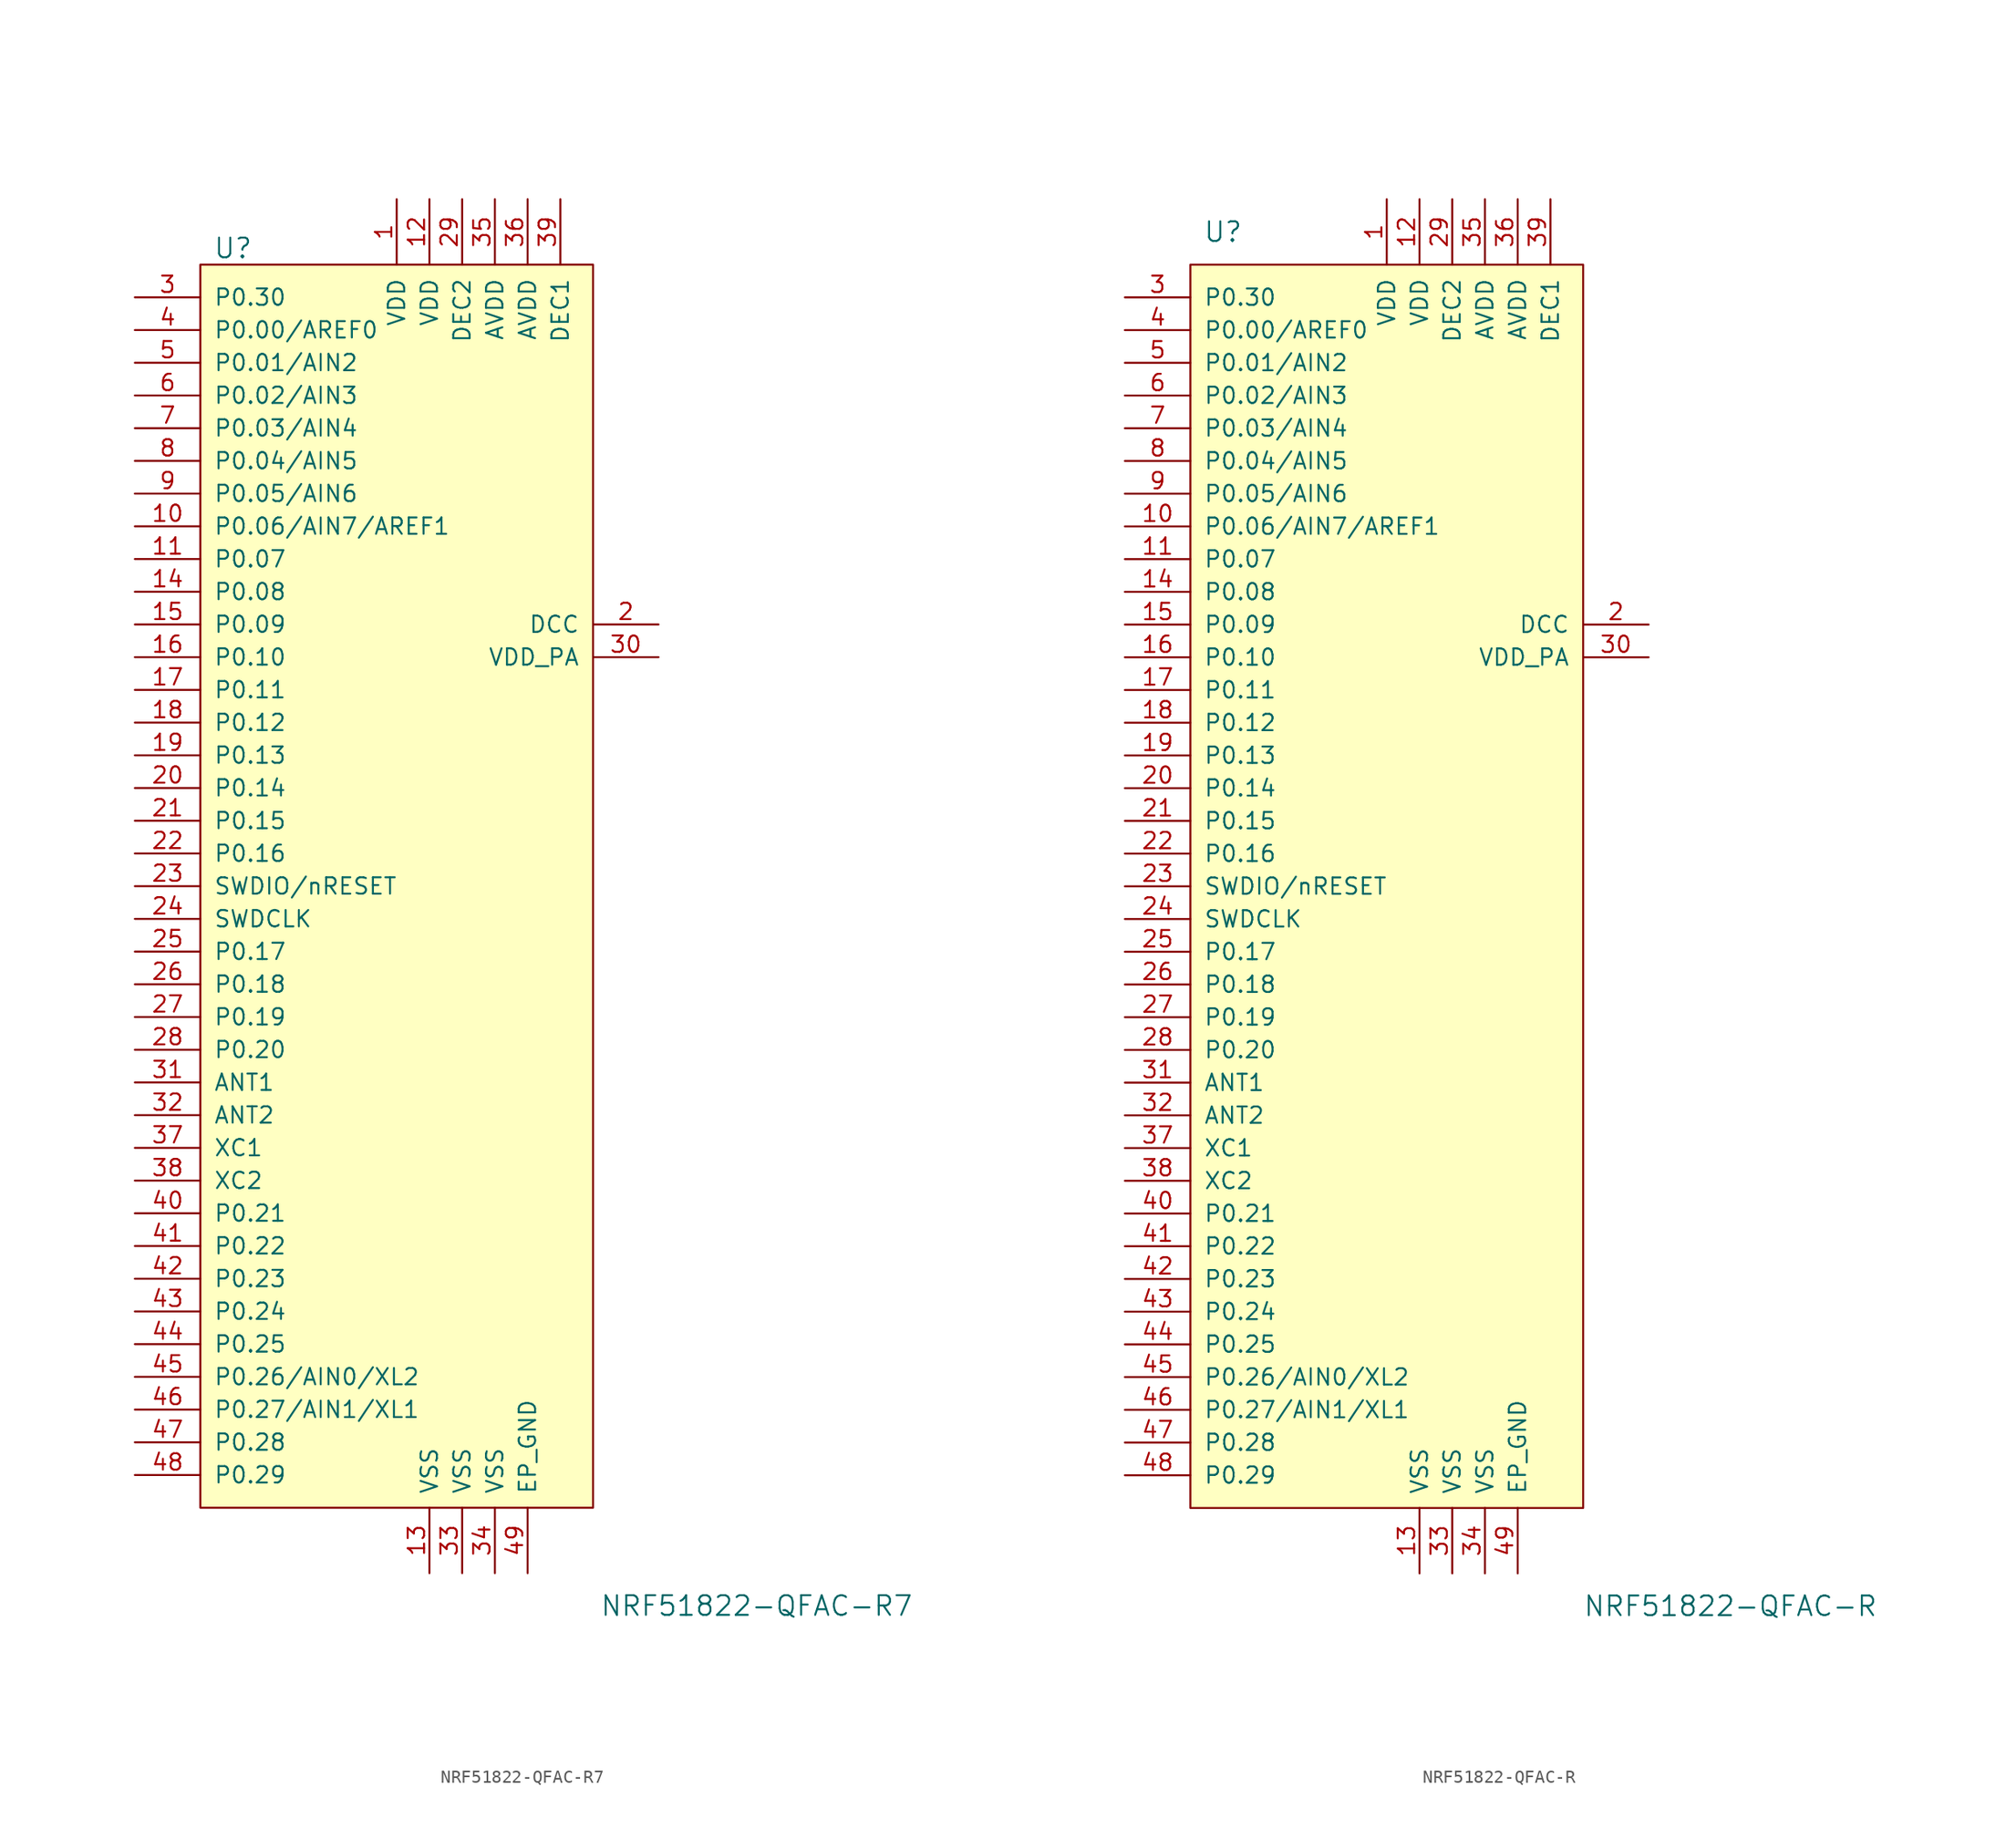
<source format=kicad_sym>
(kicad_symbol_lib
  (version 20211014)
  (generator kicad_symbol_editor)
  (symbol "NRF51822-QFAC-R7"
    (pin_names
      (offset 1.016))
    (property "Reference" "U"
      (at -17.78 44.45 0)
      (effects (font (size 1.524 1.524))))
    (property "Value" "NRF51822-QFAC-R7"
      (at 22.86 -60.96 0)
      (effects (font (size 1.524 1.524))))
    (symbol "NRF51822-QFAC-R7_0_1"
      (rectangle (start -20.32 43.18) (end 10.16 -53.34) (stroke (width 0) (type default) (color 0 0 0 0)) (fill (type background))))
    (symbol "NRF51822-QFAC-R7_1_1"
      (pin power_in line (at -5.08 48.26 270) (length 5.08) (name "VDD" (effects (font (size 1.27 1.27)))) (number "1" (effects (font (size 1.27 1.27)))))
      (pin bidirectional line (at -25.4 22.86 0) (length 5.08) (name "P0.06/AIN7/AREF1" (effects (font (size 1.27 1.27)))) (number "10" (effects (font (size 1.27 1.27)))))
      (pin bidirectional line (at -25.4 20.32 0) (length 5.08) (name "P0.07" (effects (font (size 1.27 1.27)))) (number "11" (effects (font (size 1.27 1.27)))))
      (pin power_in line (at -2.54 48.26 270) (length 5.08) (name "VDD" (effects (font (size 1.27 1.27)))) (number "12" (effects (font (size 1.27 1.27)))))
      (pin power_in line (at -2.54 -58.42 90) (length 5.08) (name "VSS" (effects (font (size 1.27 1.27)))) (number "13" (effects (font (size 1.27 1.27)))))
      (pin bidirectional line (at -25.4 17.78 0) (length 5.08) (name "P0.08" (effects (font (size 1.27 1.27)))) (number "14" (effects (font (size 1.27 1.27)))))
      (pin bidirectional line (at -25.4 15.24 0) (length 5.08) (name "P0.09" (effects (font (size 1.27 1.27)))) (number "15" (effects (font (size 1.27 1.27)))))
      (pin bidirectional line (at -25.4 12.7 0) (length 5.08) (name "P0.10" (effects (font (size 1.27 1.27)))) (number "16" (effects (font (size 1.27 1.27)))))
      (pin bidirectional line (at -25.4 10.16 0) (length 5.08) (name "P0.11" (effects (font (size 1.27 1.27)))) (number "17" (effects (font (size 1.27 1.27)))))
      (pin bidirectional line (at -25.4 7.62 0) (length 5.08) (name "P0.12" (effects (font (size 1.27 1.27)))) (number "18" (effects (font (size 1.27 1.27)))))
      (pin bidirectional line (at -25.4 5.08 0) (length 5.08) (name "P0.13" (effects (font (size 1.27 1.27)))) (number "19" (effects (font (size 1.27 1.27)))))
      (pin power_out line (at 15.24 15.24 180) (length 5.08) (name "DCC" (effects (font (size 1.27 1.27)))) (number "2" (effects (font (size 1.27 1.27)))))
      (pin bidirectional line (at -25.4 2.54 0) (length 5.08) (name "P0.14" (effects (font (size 1.27 1.27)))) (number "20" (effects (font (size 1.27 1.27)))))
      (pin bidirectional line (at -25.4 0 0) (length 5.08) (name "P0.15" (effects (font (size 1.27 1.27)))) (number "21" (effects (font (size 1.27 1.27)))))
      (pin bidirectional line (at -25.4 -2.54 0) (length 5.08) (name "P0.16" (effects (font (size 1.27 1.27)))) (number "22" (effects (font (size 1.27 1.27)))))
      (pin bidirectional line (at -25.4 -5.08 0) (length 5.08) (name "SWDIO/nRESET" (effects (font (size 1.27 1.27)))) (number "23" (effects (font (size 1.27 1.27)))))
      (pin input line (at -25.4 -7.62 0) (length 5.08) (name "SWDCLK" (effects (font (size 1.27 1.27)))) (number "24" (effects (font (size 1.27 1.27)))))
      (pin bidirectional line (at -25.4 -10.16 0) (length 5.08) (name "P0.17" (effects (font (size 1.27 1.27)))) (number "25" (effects (font (size 1.27 1.27)))))
      (pin bidirectional line (at -25.4 -12.7 0) (length 5.08) (name "P0.18" (effects (font (size 1.27 1.27)))) (number "26" (effects (font (size 1.27 1.27)))))
      (pin bidirectional line (at -25.4 -15.24 0) (length 5.08) (name "P0.19" (effects (font (size 1.27 1.27)))) (number "27" (effects (font (size 1.27 1.27)))))
      (pin bidirectional line (at -25.4 -17.78 0) (length 5.08) (name "P0.20" (effects (font (size 1.27 1.27)))) (number "28" (effects (font (size 1.27 1.27)))))
      (pin power_in line (at 0 48.26 270) (length 5.08) (name "DEC2" (effects (font (size 1.27 1.27)))) (number "29" (effects (font (size 1.27 1.27)))))
      (pin bidirectional line (at -25.4 40.64 0) (length 5.08) (name "P0.30" (effects (font (size 1.27 1.27)))) (number "3" (effects (font (size 1.27 1.27)))))
      (pin power_out line (at 15.24 12.7 180) (length 5.08) (name "VDD_PA" (effects (font (size 1.27 1.27)))) (number "30" (effects (font (size 1.27 1.27)))))
      (pin input line (at -25.4 -20.32 0) (length 5.08) (name "ANT1" (effects (font (size 1.27 1.27)))) (number "31" (effects (font (size 1.27 1.27)))))
      (pin input line (at -25.4 -22.86 0) (length 5.08) (name "ANT2" (effects (font (size 1.27 1.27)))) (number "32" (effects (font (size 1.27 1.27)))))
      (pin power_in line (at 0 -58.42 90) (length 5.08) (name "VSS" (effects (font (size 1.27 1.27)))) (number "33" (effects (font (size 1.27 1.27)))))
      (pin power_in line (at 2.54 -58.42 90) (length 5.08) (name "VSS" (effects (font (size 1.27 1.27)))) (number "34" (effects (font (size 1.27 1.27)))))
      (pin power_in line (at 2.54 48.26 270) (length 5.08) (name "AVDD" (effects (font (size 1.27 1.27)))) (number "35" (effects (font (size 1.27 1.27)))))
      (pin power_in line (at 5.08 48.26 270) (length 5.08) (name "AVDD" (effects (font (size 1.27 1.27)))) (number "36" (effects (font (size 1.27 1.27)))))
      (pin input line (at -25.4 -25.4 0) (length 5.08) (name "XC1" (effects (font (size 1.27 1.27)))) (number "37" (effects (font (size 1.27 1.27)))))
      (pin input line (at -25.4 -27.94 0) (length 5.08) (name "XC2" (effects (font (size 1.27 1.27)))) (number "38" (effects (font (size 1.27 1.27)))))
      (pin power_in line (at 7.62 48.26 270) (length 5.08) (name "DEC1" (effects (font (size 1.27 1.27)))) (number "39" (effects (font (size 1.27 1.27)))))
      (pin bidirectional line (at -25.4 38.1 0) (length 5.08) (name "P0.00/AREF0" (effects (font (size 1.27 1.27)))) (number "4" (effects (font (size 1.27 1.27)))))
      (pin bidirectional line (at -25.4 -30.48 0) (length 5.08) (name "P0.21" (effects (font (size 1.27 1.27)))) (number "40" (effects (font (size 1.27 1.27)))))
      (pin bidirectional line (at -25.4 -33.02 0) (length 5.08) (name "P0.22" (effects (font (size 1.27 1.27)))) (number "41" (effects (font (size 1.27 1.27)))))
      (pin bidirectional line (at -25.4 -35.56 0) (length 5.08) (name "P0.23" (effects (font (size 1.27 1.27)))) (number "42" (effects (font (size 1.27 1.27)))))
      (pin bidirectional line (at -25.4 -38.1 0) (length 5.08) (name "P0.24" (effects (font (size 1.27 1.27)))) (number "43" (effects (font (size 1.27 1.27)))))
      (pin bidirectional line (at -25.4 -40.64 0) (length 5.08) (name "P0.25" (effects (font (size 1.27 1.27)))) (number "44" (effects (font (size 1.27 1.27)))))
      (pin bidirectional line (at -25.4 -43.18 0) (length 5.08) (name "P0.26/AIN0/XL2" (effects (font (size 1.27 1.27)))) (number "45" (effects (font (size 1.27 1.27)))))
      (pin bidirectional line (at -25.4 -45.72 0) (length 5.08) (name "P0.27/AIN1/XL1" (effects (font (size 1.27 1.27)))) (number "46" (effects (font (size 1.27 1.27)))))
      (pin bidirectional line (at -25.4 -48.26 0) (length 5.08) (name "P0.28" (effects (font (size 1.27 1.27)))) (number "47" (effects (font (size 1.27 1.27)))))
      (pin bidirectional line (at -25.4 -50.8 0) (length 5.08) (name "P0.29" (effects (font (size 1.27 1.27)))) (number "48" (effects (font (size 1.27 1.27)))))
      (pin power_in line (at 5.08 -58.42 90) (length 5.08) (name "EP_GND" (effects (font (size 1.27 1.27)))) (number "49" (effects (font (size 1.27 1.27)))))
      (pin bidirectional line (at -25.4 35.56 0) (length 5.08) (name "P0.01/AIN2" (effects (font (size 1.27 1.27)))) (number "5" (effects (font (size 1.27 1.27)))))
      (pin bidirectional line (at -25.4 33.02 0) (length 5.08) (name "P0.02/AIN3" (effects (font (size 1.27 1.27)))) (number "6" (effects (font (size 1.27 1.27)))))
      (pin bidirectional line (at -25.4 30.48 0) (length 5.08) (name "P0.03/AIN4" (effects (font (size 1.27 1.27)))) (number "7" (effects (font (size 1.27 1.27)))))
      (pin bidirectional line (at -25.4 27.94 0) (length 5.08) (name "P0.04/AIN5" (effects (font (size 1.27 1.27)))) (number "8" (effects (font (size 1.27 1.27)))))
      (pin bidirectional line (at -25.4 25.4 0) (length 5.08) (name "P0.05/AIN6" (effects (font (size 1.27 1.27)))) (number "9" (effects (font (size 1.27 1.27)))))))
  (symbol "NRF51822-QFAC-R"
    (pin_names
      (offset 1.016))
    (property "Reference" "U"
      (at -17.78 45.72 0)
      (effects (font (size 1.524 1.524))))
    (property "Value" "NRF51822-QFAC-R"
      (at 21.59 -60.96 0)
      (effects (font (size 1.524 1.524))))
    (symbol "NRF51822-QFAC-R_0_1"
      (rectangle (start -20.32 43.18) (end 10.16 -53.34) (stroke (width 0) (type default) (color 0 0 0 0)) (fill (type background))))
    (symbol "NRF51822-QFAC-R_1_1"
      (pin power_in line (at -5.08 48.26 270) (length 5.08) (name "VDD" (effects (font (size 1.27 1.27)))) (number "1" (effects (font (size 1.27 1.27)))))
      (pin bidirectional line (at -25.4 22.86 0) (length 5.08) (name "P0.06/AIN7/AREF1" (effects (font (size 1.27 1.27)))) (number "10" (effects (font (size 1.27 1.27)))))
      (pin bidirectional line (at -25.4 20.32 0) (length 5.08) (name "P0.07" (effects (font (size 1.27 1.27)))) (number "11" (effects (font (size 1.27 1.27)))))
      (pin power_in line (at -2.54 48.26 270) (length 5.08) (name "VDD" (effects (font (size 1.27 1.27)))) (number "12" (effects (font (size 1.27 1.27)))))
      (pin power_in line (at -2.54 -58.42 90) (length 5.08) (name "VSS" (effects (font (size 1.27 1.27)))) (number "13" (effects (font (size 1.27 1.27)))))
      (pin bidirectional line (at -25.4 17.78 0) (length 5.08) (name "P0.08" (effects (font (size 1.27 1.27)))) (number "14" (effects (font (size 1.27 1.27)))))
      (pin bidirectional line (at -25.4 15.24 0) (length 5.08) (name "P0.09" (effects (font (size 1.27 1.27)))) (number "15" (effects (font (size 1.27 1.27)))))
      (pin bidirectional line (at -25.4 12.7 0) (length 5.08) (name "P0.10" (effects (font (size 1.27 1.27)))) (number "16" (effects (font (size 1.27 1.27)))))
      (pin bidirectional line (at -25.4 10.16 0) (length 5.08) (name "P0.11" (effects (font (size 1.27 1.27)))) (number "17" (effects (font (size 1.27 1.27)))))
      (pin bidirectional line (at -25.4 7.62 0) (length 5.08) (name "P0.12" (effects (font (size 1.27 1.27)))) (number "18" (effects (font (size 1.27 1.27)))))
      (pin bidirectional line (at -25.4 5.08 0) (length 5.08) (name "P0.13" (effects (font (size 1.27 1.27)))) (number "19" (effects (font (size 1.27 1.27)))))
      (pin power_out line (at 15.24 15.24 180) (length 5.08) (name "DCC" (effects (font (size 1.27 1.27)))) (number "2" (effects (font (size 1.27 1.27)))))
      (pin bidirectional line (at -25.4 2.54 0) (length 5.08) (name "P0.14" (effects (font (size 1.27 1.27)))) (number "20" (effects (font (size 1.27 1.27)))))
      (pin bidirectional line (at -25.4 0 0) (length 5.08) (name "P0.15" (effects (font (size 1.27 1.27)))) (number "21" (effects (font (size 1.27 1.27)))))
      (pin bidirectional line (at -25.4 -2.54 0) (length 5.08) (name "P0.16" (effects (font (size 1.27 1.27)))) (number "22" (effects (font (size 1.27 1.27)))))
      (pin bidirectional line (at -25.4 -5.08 0) (length 5.08) (name "SWDIO/nRESET" (effects (font (size 1.27 1.27)))) (number "23" (effects (font (size 1.27 1.27)))))
      (pin input line (at -25.4 -7.62 0) (length 5.08) (name "SWDCLK" (effects (font (size 1.27 1.27)))) (number "24" (effects (font (size 1.27 1.27)))))
      (pin bidirectional line (at -25.4 -10.16 0) (length 5.08) (name "P0.17" (effects (font (size 1.27 1.27)))) (number "25" (effects (font (size 1.27 1.27)))))
      (pin bidirectional line (at -25.4 -12.7 0) (length 5.08) (name "P0.18" (effects (font (size 1.27 1.27)))) (number "26" (effects (font (size 1.27 1.27)))))
      (pin bidirectional line (at -25.4 -15.24 0) (length 5.08) (name "P0.19" (effects (font (size 1.27 1.27)))) (number "27" (effects (font (size 1.27 1.27)))))
      (pin bidirectional line (at -25.4 -17.78 0) (length 5.08) (name "P0.20" (effects (font (size 1.27 1.27)))) (number "28" (effects (font (size 1.27 1.27)))))
      (pin power_in line (at 0 48.26 270) (length 5.08) (name "DEC2" (effects (font (size 1.27 1.27)))) (number "29" (effects (font (size 1.27 1.27)))))
      (pin bidirectional line (at -25.4 40.64 0) (length 5.08) (name "P0.30" (effects (font (size 1.27 1.27)))) (number "3" (effects (font (size 1.27 1.27)))))
      (pin power_out line (at 15.24 12.7 180) (length 5.08) (name "VDD_PA" (effects (font (size 1.27 1.27)))) (number "30" (effects (font (size 1.27 1.27)))))
      (pin input line (at -25.4 -20.32 0) (length 5.08) (name "ANT1" (effects (font (size 1.27 1.27)))) (number "31" (effects (font (size 1.27 1.27)))))
      (pin input line (at -25.4 -22.86 0) (length 5.08) (name "ANT2" (effects (font (size 1.27 1.27)))) (number "32" (effects (font (size 1.27 1.27)))))
      (pin power_in line (at 0 -58.42 90) (length 5.08) (name "VSS" (effects (font (size 1.27 1.27)))) (number "33" (effects (font (size 1.27 1.27)))))
      (pin power_in line (at 2.54 -58.42 90) (length 5.08) (name "VSS" (effects (font (size 1.27 1.27)))) (number "34" (effects (font (size 1.27 1.27)))))
      (pin power_in line (at 2.54 48.26 270) (length 5.08) (name "AVDD" (effects (font (size 1.27 1.27)))) (number "35" (effects (font (size 1.27 1.27)))))
      (pin power_in line (at 5.08 48.26 270) (length 5.08) (name "AVDD" (effects (font (size 1.27 1.27)))) (number "36" (effects (font (size 1.27 1.27)))))
      (pin input line (at -25.4 -25.4 0) (length 5.08) (name "XC1" (effects (font (size 1.27 1.27)))) (number "37" (effects (font (size 1.27 1.27)))))
      (pin input line (at -25.4 -27.94 0) (length 5.08) (name "XC2" (effects (font (size 1.27 1.27)))) (number "38" (effects (font (size 1.27 1.27)))))
      (pin power_in line (at 7.62 48.26 270) (length 5.08) (name "DEC1" (effects (font (size 1.27 1.27)))) (number "39" (effects (font (size 1.27 1.27)))))
      (pin bidirectional line (at -25.4 38.1 0) (length 5.08) (name "P0.00/AREF0" (effects (font (size 1.27 1.27)))) (number "4" (effects (font (size 1.27 1.27)))))
      (pin bidirectional line (at -25.4 -30.48 0) (length 5.08) (name "P0.21" (effects (font (size 1.27 1.27)))) (number "40" (effects (font (size 1.27 1.27)))))
      (pin bidirectional line (at -25.4 -33.02 0) (length 5.08) (name "P0.22" (effects (font (size 1.27 1.27)))) (number "41" (effects (font (size 1.27 1.27)))))
      (pin bidirectional line (at -25.4 -35.56 0) (length 5.08) (name "P0.23" (effects (font (size 1.27 1.27)))) (number "42" (effects (font (size 1.27 1.27)))))
      (pin bidirectional line (at -25.4 -38.1 0) (length 5.08) (name "P0.24" (effects (font (size 1.27 1.27)))) (number "43" (effects (font (size 1.27 1.27)))))
      (pin bidirectional line (at -25.4 -40.64 0) (length 5.08) (name "P0.25" (effects (font (size 1.27 1.27)))) (number "44" (effects (font (size 1.27 1.27)))))
      (pin bidirectional line (at -25.4 -43.18 0) (length 5.08) (name "P0.26/AIN0/XL2" (effects (font (size 1.27 1.27)))) (number "45" (effects (font (size 1.27 1.27)))))
      (pin bidirectional line (at -25.4 -45.72 0) (length 5.08) (name "P0.27/AIN1/XL1" (effects (font (size 1.27 1.27)))) (number "46" (effects (font (size 1.27 1.27)))))
      (pin bidirectional line (at -25.4 -48.26 0) (length 5.08) (name "P0.28" (effects (font (size 1.27 1.27)))) (number "47" (effects (font (size 1.27 1.27)))))
      (pin bidirectional line (at -25.4 -50.8 0) (length 5.08) (name "P0.29" (effects (font (size 1.27 1.27)))) (number "48" (effects (font (size 1.27 1.27)))))
      (pin power_in line (at 5.08 -58.42 90) (length 5.08) (name "EP_GND" (effects (font (size 1.27 1.27)))) (number "49" (effects (font (size 1.27 1.27)))))
      (pin bidirectional line (at -25.4 35.56 0) (length 5.08) (name "P0.01/AIN2" (effects (font (size 1.27 1.27)))) (number "5" (effects (font (size 1.27 1.27)))))
      (pin bidirectional line (at -25.4 33.02 0) (length 5.08) (name "P0.02/AIN3" (effects (font (size 1.27 1.27)))) (number "6" (effects (font (size 1.27 1.27)))))
      (pin bidirectional line (at -25.4 30.48 0) (length 5.08) (name "P0.03/AIN4" (effects (font (size 1.27 1.27)))) (number "7" (effects (font (size 1.27 1.27)))))
      (pin bidirectional line (at -25.4 27.94 0) (length 5.08) (name "P0.04/AIN5" (effects (font (size 1.27 1.27)))) (number "8" (effects (font (size 1.27 1.27)))))
      (pin bidirectional line (at -25.4 25.4 0) (length 5.08) (name "P0.05/AIN6" (effects (font (size 1.27 1.27)))) (number "9" (effects (font (size 1.27 1.27))))))))
</source>
